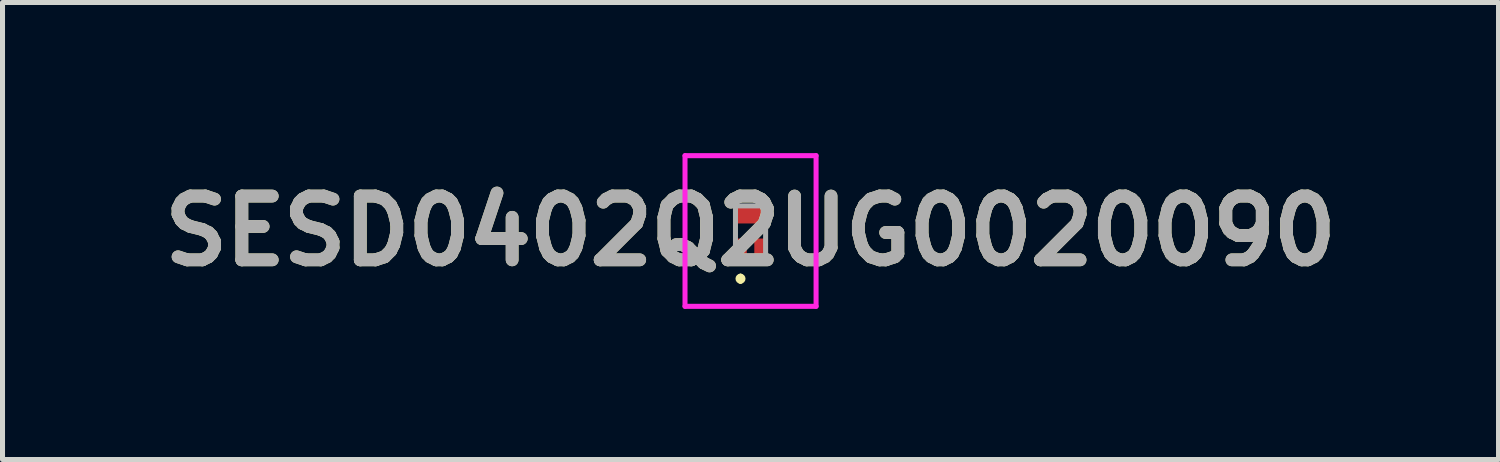
<source format=kicad_pcb>
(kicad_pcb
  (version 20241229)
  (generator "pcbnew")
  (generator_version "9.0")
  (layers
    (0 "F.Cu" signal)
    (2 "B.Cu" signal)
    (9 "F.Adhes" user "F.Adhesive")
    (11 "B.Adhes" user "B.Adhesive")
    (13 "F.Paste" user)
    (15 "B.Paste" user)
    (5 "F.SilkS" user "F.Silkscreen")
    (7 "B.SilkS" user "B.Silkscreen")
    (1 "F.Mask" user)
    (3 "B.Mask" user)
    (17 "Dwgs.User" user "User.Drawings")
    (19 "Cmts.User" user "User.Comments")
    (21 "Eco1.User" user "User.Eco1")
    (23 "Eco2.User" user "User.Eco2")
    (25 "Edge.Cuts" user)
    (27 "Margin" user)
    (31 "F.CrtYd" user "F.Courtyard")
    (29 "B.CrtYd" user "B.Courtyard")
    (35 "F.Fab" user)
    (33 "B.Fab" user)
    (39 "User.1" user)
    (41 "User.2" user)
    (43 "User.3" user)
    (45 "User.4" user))
  (footprint "SESD0402Q2UG0020090"
    (layer "F.Cu")
    (at 11.896 1.55)
    (property "Reference" "SESD0402Q2UG0020090" (at 0 0 0) (layer "F.SilkS") (effects (font (size 1.27 1.27) (thickness 0.254))))
    (attr smd)
    (fp_line (start -0.2 0.9) (end -0.2 0.9) (stroke (width 0.1) (type solid)) (layer "F.SilkS"))
    (fp_line (start -0.2 1) (end -0.2 1) (stroke (width 0.1) (type solid)) (layer "F.SilkS"))
    (fp_arc (start -0.2 0.9) (mid -0.15 0.95) (end -0.2 1) (stroke (width 0.1) (type solid)) (layer "F.SilkS"))
    (fp_arc (start -0.2 1) (mid -0.25 0.95) (end -0.2 0.9) (stroke (width 0.1) (type solid)) (layer "F.SilkS"))
    (fp_line (start -1.305 -1.5) (end 1.305 -1.5) (stroke (width 0.1) (type solid)) (layer "F.CrtYd"))
    (fp_line (start -1.305 1.5) (end -1.305 -1.5) (stroke (width 0.1) (type solid)) (layer "F.CrtYd"))
    (fp_line (start 1.305 -1.5) (end 1.305 1.5) (stroke (width 0.1) (type solid)) (layer "F.CrtYd"))
    (fp_line (start 1.305 1.5) (end -1.305 1.5) (stroke (width 0.1) (type solid)) (layer "F.CrtYd"))
    (fp_line (start -0.3 -0.5) (end 0.3 -0.5) (stroke (width 0.1) (type solid)) (layer "F.Fab"))
    (fp_line (start -0.3 0.5) (end -0.3 -0.5) (stroke (width 0.1) (type solid)) (layer "F.Fab"))
    (fp_line (start 0.3 -0.5) (end 0.3 0.5) (stroke (width 0.1) (type solid)) (layer "F.Fab"))
    (fp_line (start 0.3 0.5) (end -0.3 0.5) (stroke (width 0.1) (type solid)) (layer "F.Fab"))
    (fp_text user "${REFERENCE}" (at 0 0 0) (layer "F.Fab") (effects (font (size 1.27 1.27) (thickness 0.254))))
    (pad "1" smd rect (at -0.19 0.325) (size 0.23 0.35) (layers "F.Cu" "F.Mask" "F.Paste"))
    (pad "2" smd rect (at 0.19 0.325) (size 0.23 0.35) (layers "F.Cu" "F.Mask" "F.Paste"))
    (pad "3" smd rect (at 0 -0.325 90) (size 0.35 0.6) (layers "F.Cu" "F.Mask" "F.Paste")))
  (gr_rect
    (start -3 -3)
    (end 26.791 6.1)
    (stroke (width 0.1) (type default))
    (fill no)
    (layer "Edge.Cuts")))
</source>
